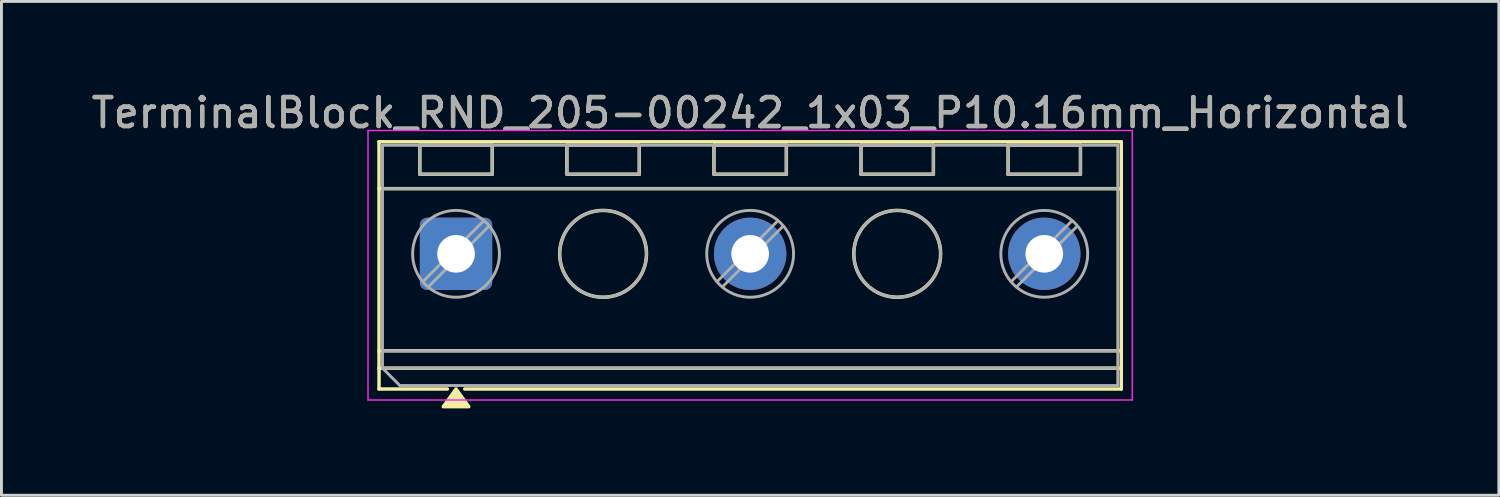
<source format=kicad_pcb>
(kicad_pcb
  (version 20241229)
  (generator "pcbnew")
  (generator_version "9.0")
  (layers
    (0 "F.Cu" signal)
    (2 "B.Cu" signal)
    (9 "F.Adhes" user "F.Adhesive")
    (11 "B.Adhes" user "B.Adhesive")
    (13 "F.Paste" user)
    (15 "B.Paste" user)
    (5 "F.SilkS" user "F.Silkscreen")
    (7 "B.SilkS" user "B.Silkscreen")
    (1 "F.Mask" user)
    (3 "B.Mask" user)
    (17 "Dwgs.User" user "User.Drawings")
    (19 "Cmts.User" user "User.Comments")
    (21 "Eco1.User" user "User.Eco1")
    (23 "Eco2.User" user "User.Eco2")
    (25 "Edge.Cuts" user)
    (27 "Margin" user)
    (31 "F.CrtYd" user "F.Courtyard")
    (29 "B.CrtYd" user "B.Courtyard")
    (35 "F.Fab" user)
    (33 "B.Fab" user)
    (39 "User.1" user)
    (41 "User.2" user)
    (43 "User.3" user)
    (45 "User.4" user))
  (footprint "TerminalBlock_RND_205-00242_1x03_P10.16mm_Horizontal"
    (layer "F.Cu")
    (at 12.703 5.718)
    (property "Reference" "TerminalBlock_RND_205-00242_1x03_P10.16mm_Horizontal" (at 10.16 -4.87 0) (layer "F.SilkS") (effects (font (size 1 1) (thickness 0.15))))
    (attr through_hole)
    (fp_line (start -2.66 -3.87) (end -2.66 4.67) (stroke (width 0.12) (type solid)) (layer "F.SilkS"))
    (fp_line (start -2.66 -3.87) (end 22.98 -3.87) (stroke (width 0.12) (type solid)) (layer "F.SilkS"))
    (fp_line (start -2.66 -2.25) (end 22.98 -2.25) (stroke (width 0.12) (type solid)) (layer "F.SilkS"))
    (fp_line (start -2.66 3.35) (end 22.98 3.35) (stroke (width 0.12) (type solid)) (layer "F.SilkS"))
    (fp_line (start -2.66 3.95) (end 22.98 3.95) (stroke (width 0.12) (type solid)) (layer "F.SilkS"))
    (fp_line (start -2.66 4.67) (end -0.3 4.67) (stroke (width 0.12) (type solid)) (layer "F.SilkS"))
    (fp_line (start -1.25 -3.75) (end -1.25 -2.75) (stroke (width 0.12) (type solid)) (layer "F.SilkS"))
    (fp_line (start -1.25 -3.75) (end 1.25 -3.75) (stroke (width 0.12) (type solid)) (layer "F.SilkS"))
    (fp_line (start -1.25 -2.75) (end 1.25 -2.75) (stroke (width 0.12) (type solid)) (layer "F.SilkS"))
    (fp_line (start 0.3 4.67) (end 22.98 4.67) (stroke (width 0.12) (type solid)) (layer "F.SilkS"))
    (fp_line (start 1.25 -3.75) (end 1.25 -2.75) (stroke (width 0.12) (type solid)) (layer "F.SilkS"))
    (fp_line (start 3.83 -3.75) (end 3.83 -2.75) (stroke (width 0.12) (type solid)) (layer "F.SilkS"))
    (fp_line (start 3.83 -3.75) (end 6.33 -3.75) (stroke (width 0.12) (type solid)) (layer "F.SilkS"))
    (fp_line (start 3.83 -2.75) (end 6.33 -2.75) (stroke (width 0.12) (type solid)) (layer "F.SilkS"))
    (fp_line (start 6.33 -3.75) (end 6.33 -2.75) (stroke (width 0.12) (type solid)) (layer "F.SilkS"))
    (fp_line (start 8.91 -3.75) (end 8.91 -2.75) (stroke (width 0.12) (type solid)) (layer "F.SilkS"))
    (fp_line (start 8.91 -3.75) (end 11.41 -3.75) (stroke (width 0.12) (type solid)) (layer "F.SilkS"))
    (fp_line (start 8.91 -2.75) (end 11.41 -2.75) (stroke (width 0.12) (type solid)) (layer "F.SilkS"))
    (fp_line (start 11.41 -3.75) (end 11.41 -2.75) (stroke (width 0.12) (type solid)) (layer "F.SilkS"))
    (fp_line (start 13.99 -3.75) (end 13.99 -2.75) (stroke (width 0.12) (type solid)) (layer "F.SilkS"))
    (fp_line (start 13.99 -3.75) (end 16.49 -3.75) (stroke (width 0.12) (type solid)) (layer "F.SilkS"))
    (fp_line (start 13.99 -2.75) (end 16.49 -2.75) (stroke (width 0.12) (type solid)) (layer "F.SilkS"))
    (fp_line (start 16.49 -3.75) (end 16.49 -2.75) (stroke (width 0.12) (type solid)) (layer "F.SilkS"))
    (fp_line (start 19.07 -3.75) (end 19.07 -2.75) (stroke (width 0.12) (type solid)) (layer "F.SilkS"))
    (fp_line (start 19.07 -3.75) (end 21.57 -3.75) (stroke (width 0.12) (type solid)) (layer "F.SilkS"))
    (fp_line (start 19.07 -2.75) (end 21.57 -2.75) (stroke (width 0.12) (type solid)) (layer "F.SilkS"))
    (fp_line (start 21.57 -3.75) (end 21.57 -2.75) (stroke (width 0.12) (type solid)) (layer "F.SilkS"))
    (fp_line (start 22.98 -3.87) (end 22.98 4.67) (stroke (width 0.12) (type solid)) (layer "F.SilkS"))
    (fp_circle (center 5.08 0) (end 6.58 0) (stroke (width 0.12) (type solid)) (fill no) (layer "F.SilkS"))
    (fp_circle (center 15.24 0) (end 16.74 0) (stroke (width 0.12) (type solid)) (fill no) (layer "F.SilkS"))
    (fp_poly (pts (xy 0 4.67) (xy 0.44 5.28) (xy -0.44 5.28)) (stroke (width 0.12) (type solid)) (fill yes) (layer "F.SilkS"))
    (fp_line (start -3.04 -4.26) (end -3.04 5.05) (stroke (width 0.05) (type solid)) (layer "F.CrtYd"))
    (fp_line (start -3.04 5.05) (end 23.36 5.05) (stroke (width 0.05) (type solid)) (layer "F.CrtYd"))
    (fp_line (start 23.36 -4.26) (end -3.04 -4.26) (stroke (width 0.05) (type solid)) (layer "F.CrtYd"))
    (fp_line (start 23.36 5.05) (end 23.36 -4.26) (stroke (width 0.05) (type solid)) (layer "F.CrtYd"))
    (fp_line (start -2.54 -3.75) (end 22.86 -3.75) (stroke (width 0.1) (type solid)) (layer "F.Fab"))
    (fp_line (start -2.54 -2.25) (end 22.86 -2.25) (stroke (width 0.1) (type solid)) (layer "F.Fab"))
    (fp_line (start -2.54 3.35) (end 22.86 3.35) (stroke (width 0.1) (type solid)) (layer "F.Fab"))
    (fp_line (start -2.54 3.95) (end -2.54 -3.75) (stroke (width 0.1) (type solid)) (layer "F.Fab"))
    (fp_line (start -2.54 3.95) (end 22.86 3.95) (stroke (width 0.1) (type solid)) (layer "F.Fab"))
    (fp_line (start -1.94 4.55) (end -2.54 3.95) (stroke (width 0.1) (type solid)) (layer "F.Fab"))
    (fp_line (start -1.25 -3.75) (end -1.25 -2.75) (stroke (width 0.1) (type solid)) (layer "F.Fab"))
    (fp_line (start -1.25 -2.75) (end 1.25 -2.75) (stroke (width 0.1) (type solid)) (layer "F.Fab"))
    (fp_line (start 0.955 -1.138) (end -1.138 0.955) (stroke (width 0.1) (type solid)) (layer "F.Fab"))
    (fp_line (start 1.138 -0.955) (end -0.955 1.138) (stroke (width 0.1) (type solid)) (layer "F.Fab"))
    (fp_line (start 1.25 -3.75) (end -1.25 -3.75) (stroke (width 0.1) (type solid)) (layer "F.Fab"))
    (fp_line (start 1.25 -2.75) (end 1.25 -3.75) (stroke (width 0.1) (type solid)) (layer "F.Fab"))
    (fp_line (start 3.83 -3.75) (end 3.83 -2.75) (stroke (width 0.1) (type solid)) (layer "F.Fab"))
    (fp_line (start 3.83 -2.75) (end 6.33 -2.75) (stroke (width 0.1) (type solid)) (layer "F.Fab"))
    (fp_line (start 6.33 -3.75) (end 3.83 -3.75) (stroke (width 0.1) (type solid)) (layer "F.Fab"))
    (fp_line (start 6.33 -2.75) (end 6.33 -3.75) (stroke (width 0.1) (type solid)) (layer "F.Fab"))
    (fp_line (start 8.91 -3.75) (end 8.91 -2.75) (stroke (width 0.1) (type solid)) (layer "F.Fab"))
    (fp_line (start 8.91 -2.75) (end 11.41 -2.75) (stroke (width 0.1) (type solid)) (layer "F.Fab"))
    (fp_line (start 11.115 -1.138) (end 9.022 0.955) (stroke (width 0.1) (type solid)) (layer "F.Fab"))
    (fp_line (start 11.298 -0.955) (end 9.205 1.138) (stroke (width 0.1) (type solid)) (layer "F.Fab"))
    (fp_line (start 11.41 -3.75) (end 8.91 -3.75) (stroke (width 0.1) (type solid)) (layer "F.Fab"))
    (fp_line (start 11.41 -2.75) (end 11.41 -3.75) (stroke (width 0.1) (type solid)) (layer "F.Fab"))
    (fp_line (start 13.99 -3.75) (end 13.99 -2.75) (stroke (width 0.1) (type solid)) (layer "F.Fab"))
    (fp_line (start 13.99 -2.75) (end 16.49 -2.75) (stroke (width 0.1) (type solid)) (layer "F.Fab"))
    (fp_line (start 16.49 -3.75) (end 13.99 -3.75) (stroke (width 0.1) (type solid)) (layer "F.Fab"))
    (fp_line (start 16.49 -2.75) (end 16.49 -3.75) (stroke (width 0.1) (type solid)) (layer "F.Fab"))
    (fp_line (start 19.07 -3.75) (end 19.07 -2.75) (stroke (width 0.1) (type solid)) (layer "F.Fab"))
    (fp_line (start 19.07 -2.75) (end 21.57 -2.75) (stroke (width 0.1) (type solid)) (layer "F.Fab"))
    (fp_line (start 21.275 -1.138) (end 19.182 0.955) (stroke (width 0.1) (type solid)) (layer "F.Fab"))
    (fp_line (start 21.458 -0.955) (end 19.365 1.138) (stroke (width 0.1) (type solid)) (layer "F.Fab"))
    (fp_line (start 21.57 -3.75) (end 19.07 -3.75) (stroke (width 0.1) (type solid)) (layer "F.Fab"))
    (fp_line (start 21.57 -2.75) (end 21.57 -3.75) (stroke (width 0.1) (type solid)) (layer "F.Fab"))
    (fp_line (start 22.86 -3.75) (end 22.86 4.55) (stroke (width 0.1) (type solid)) (layer "F.Fab"))
    (fp_line (start 22.86 4.55) (end -1.94 4.55) (stroke (width 0.1) (type solid)) (layer "F.Fab"))
    (fp_circle (center 0 0) (end 1.5 0) (stroke (width 0.1) (type solid)) (fill no) (layer "F.Fab"))
    (fp_circle (center 5.08 0) (end 6.58 0) (stroke (width 0.1) (type solid)) (fill no) (layer "F.Fab"))
    (fp_circle (center 10.16 0) (end 11.66 0) (stroke (width 0.1) (type solid)) (fill no) (layer "F.Fab"))
    (fp_circle (center 15.24 0) (end 16.74 0) (stroke (width 0.1) (type solid)) (fill no) (layer "F.Fab"))
    (fp_circle (center 20.32 0) (end 21.82 0) (stroke (width 0.1) (type solid)) (fill no) (layer "F.Fab"))
    (fp_text user "${REFERENCE}" (at 10.16 -4.87 0) (layer "F.Fab") (effects (font (size 1 1) (thickness 0.15))))
    (pad "1" thru_hole roundrect (at 0 0) (size 2.5 2.5) (drill 1.3) (layers "*.Cu" "*.Mask") (roundrect_rratio 0.1))
    (pad "2" thru_hole circle (at 10.16 0) (size 2.5 2.5) (drill 1.3) (layers "*.Cu" "*.Mask"))
    (pad "3" thru_hole circle (at 20.32 0) (size 2.5 2.5) (drill 1.3) (layers "*.Cu" "*.Mask")))
  (gr_rect
    (start -3 -3)
    (end 48.726 14.058)
    (stroke (width 0.1) (type default))
    (fill no)
    (layer "Edge.Cuts")))
</source>
